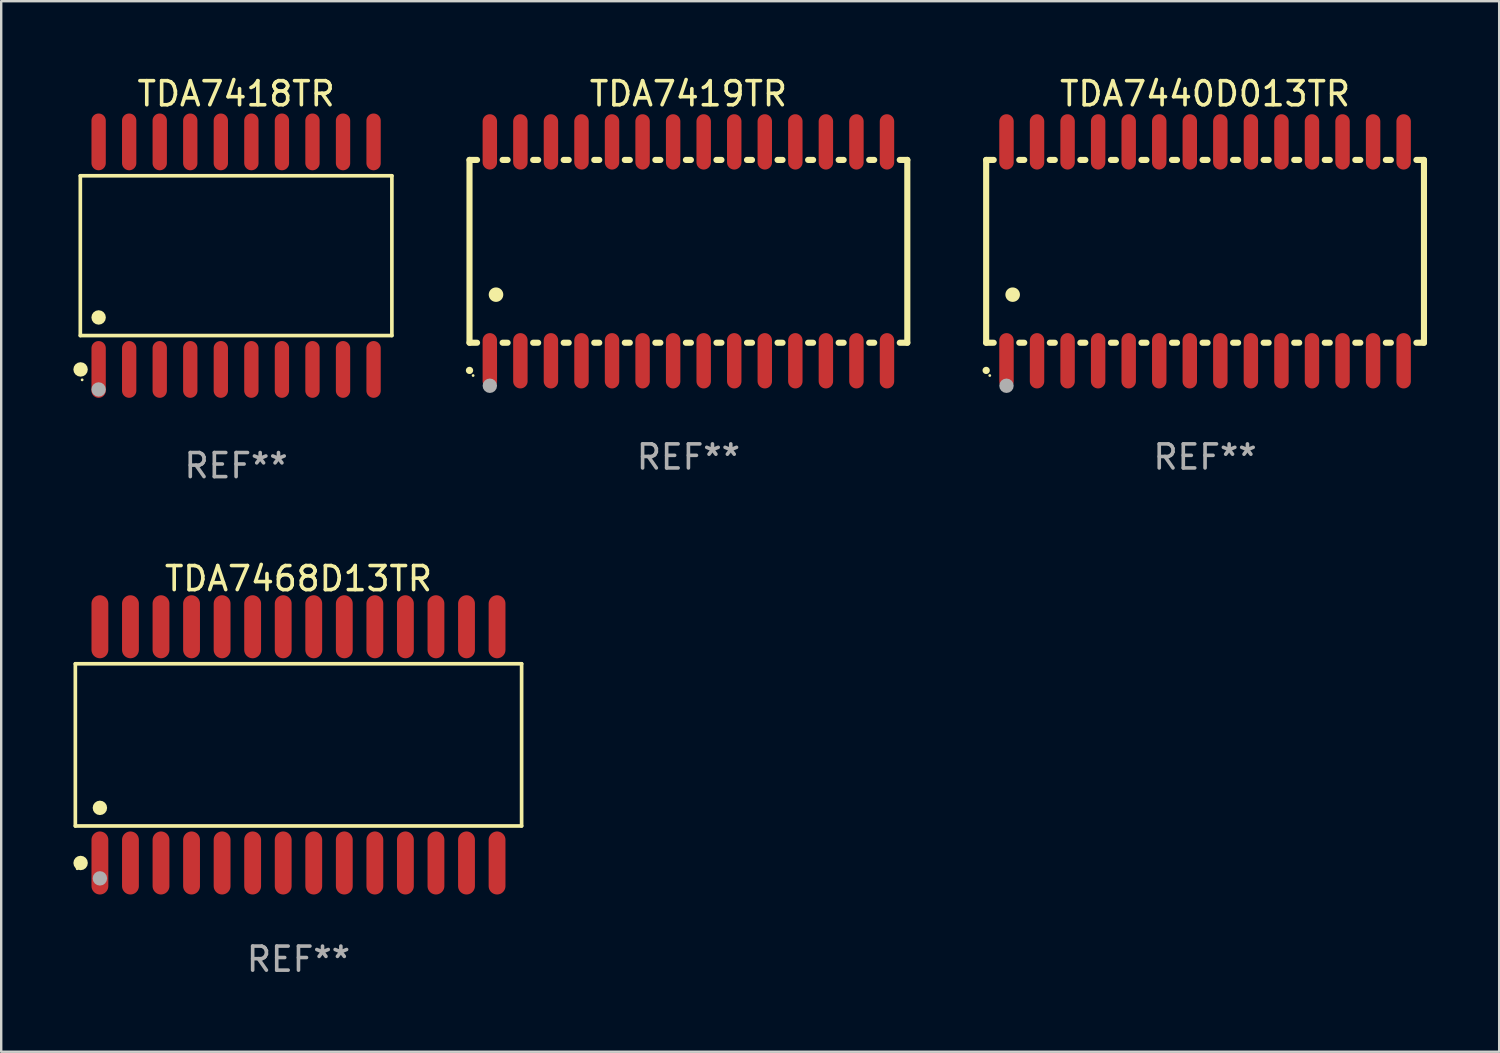
<source format=kicad_pcb>
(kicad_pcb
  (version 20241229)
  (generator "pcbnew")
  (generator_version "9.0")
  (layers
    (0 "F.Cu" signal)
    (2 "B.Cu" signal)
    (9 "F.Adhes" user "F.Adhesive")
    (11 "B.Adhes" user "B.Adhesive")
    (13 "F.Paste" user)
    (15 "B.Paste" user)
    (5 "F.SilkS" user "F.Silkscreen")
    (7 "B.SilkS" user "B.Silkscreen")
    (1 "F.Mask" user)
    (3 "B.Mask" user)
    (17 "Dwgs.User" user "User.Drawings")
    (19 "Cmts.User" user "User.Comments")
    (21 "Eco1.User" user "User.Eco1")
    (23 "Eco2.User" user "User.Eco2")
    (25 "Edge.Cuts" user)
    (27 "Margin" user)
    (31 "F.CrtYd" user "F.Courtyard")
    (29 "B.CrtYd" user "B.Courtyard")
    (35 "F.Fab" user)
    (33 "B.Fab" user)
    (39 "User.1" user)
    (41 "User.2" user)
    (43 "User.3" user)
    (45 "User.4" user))
  (footprint "TDA7440D013TR"
    (layer "F.Cu")
    (at 47.046 7.398)
    (property "Reference" "TDA7440D013TR" (at 0 -6.55 0) (layer "F.SilkS") (effects (font (size 1 1) (thickness 0.15))))
    (attr through_hole)
    (fp_line (start -9.1 -3.8) (end -9.1 3.8) (stroke (width 0.254) (type solid)) (layer "F.SilkS"))
    (fp_line (start -9.1 -3.8) (end -8.786 -3.8) (stroke (width 0.254) (type solid)) (layer "F.SilkS"))
    (fp_line (start -9.1 3.8) (end -8.786 3.8) (stroke (width 0.254) (type solid)) (layer "F.SilkS"))
    (fp_line (start -7.724 -3.8) (end -7.516 -3.8) (stroke (width 0.254) (type solid)) (layer "F.SilkS"))
    (fp_line (start -7.724 3.8) (end -7.516 3.8) (stroke (width 0.254) (type solid)) (layer "F.SilkS"))
    (fp_line (start -6.454 -3.8) (end -6.246 -3.8) (stroke (width 0.254) (type solid)) (layer "F.SilkS"))
    (fp_line (start -6.454 3.8) (end -6.246 3.8) (stroke (width 0.254) (type solid)) (layer "F.SilkS"))
    (fp_line (start -5.184 -3.8) (end -4.976 -3.8) (stroke (width 0.254) (type solid)) (layer "F.SilkS"))
    (fp_line (start -5.184 3.8) (end -4.976 3.8) (stroke (width 0.254) (type solid)) (layer "F.SilkS"))
    (fp_line (start -3.914 -3.8) (end -3.706 -3.8) (stroke (width 0.254) (type solid)) (layer "F.SilkS"))
    (fp_line (start -3.914 3.8) (end -3.706 3.8) (stroke (width 0.254) (type solid)) (layer "F.SilkS"))
    (fp_line (start -2.644 -3.8) (end -2.436 -3.8) (stroke (width 0.254) (type solid)) (layer "F.SilkS"))
    (fp_line (start -2.644 3.8) (end -2.436 3.8) (stroke (width 0.254) (type solid)) (layer "F.SilkS"))
    (fp_line (start -1.374 -3.8) (end -1.166 -3.8) (stroke (width 0.254) (type solid)) (layer "F.SilkS"))
    (fp_line (start -1.374 3.8) (end -1.166 3.8) (stroke (width 0.254) (type solid)) (layer "F.SilkS"))
    (fp_line (start -0.104 -3.8) (end 0.104 -3.8) (stroke (width 0.254) (type solid)) (layer "F.SilkS"))
    (fp_line (start -0.104 3.8) (end 0.104 3.8) (stroke (width 0.254) (type solid)) (layer "F.SilkS"))
    (fp_line (start 1.166 -3.8) (end 1.374 -3.8) (stroke (width 0.254) (type solid)) (layer "F.SilkS"))
    (fp_line (start 1.166 3.8) (end 1.374 3.8) (stroke (width 0.254) (type solid)) (layer "F.SilkS"))
    (fp_line (start 2.436 -3.8) (end 2.644 -3.8) (stroke (width 0.254) (type solid)) (layer "F.SilkS"))
    (fp_line (start 2.436 3.8) (end 2.644 3.8) (stroke (width 0.254) (type solid)) (layer "F.SilkS"))
    (fp_line (start 3.706 -3.8) (end 3.914 -3.8) (stroke (width 0.254) (type solid)) (layer "F.SilkS"))
    (fp_line (start 3.706 3.8) (end 3.914 3.8) (stroke (width 0.254) (type solid)) (layer "F.SilkS"))
    (fp_line (start 4.976 -3.8) (end 5.184 -3.8) (stroke (width 0.254) (type solid)) (layer "F.SilkS"))
    (fp_line (start 4.976 3.8) (end 5.184 3.8) (stroke (width 0.254) (type solid)) (layer "F.SilkS"))
    (fp_line (start 6.246 -3.8) (end 6.454 -3.8) (stroke (width 0.254) (type solid)) (layer "F.SilkS"))
    (fp_line (start 6.246 3.8) (end 6.454 3.8) (stroke (width 0.254) (type solid)) (layer "F.SilkS"))
    (fp_line (start 7.516 -3.8) (end 7.724 -3.8) (stroke (width 0.254) (type solid)) (layer "F.SilkS"))
    (fp_line (start 7.516 3.8) (end 7.724 3.8) (stroke (width 0.254) (type solid)) (layer "F.SilkS"))
    (fp_line (start 8.786 -3.8) (end 9.1 -3.8) (stroke (width 0.254) (type solid)) (layer "F.SilkS"))
    (fp_line (start 8.786 3.8) (end 9.1 3.8) (stroke (width 0.254) (type solid)) (layer "F.SilkS"))
    (fp_line (start 9.1 -3.8) (end 9.1 3.8) (stroke (width 0.254) (type solid)) (layer "F.SilkS"))
    (fp_arc (start -9.100864 4.95047) (mid -9.099594 4.950465) (end -9.098324 4.95047) (stroke (width 0.3) (type solid)) (layer "F.SilkS"))
    (fp_arc (start -8.001041 1.800864) (mid -7.998501 1.800853) (end -7.995961 1.800864) (stroke (width 0.6) (type solid)) (layer "F.SilkS"))
    (fp_circle (center -8.95 5.163) (end -8.92 5.163) (stroke (width 0.06) (type solid)) (fill no) (layer "F.SilkS"))
    (fp_circle (center -8.255 5.588) (end -8.105 5.588) (stroke (width 0.3) (type solid)) (fill no) (layer "F.Fab"))
    (fp_text user "REF**" (at 0 8.55 0) (layer "F.Fab") (effects (font (size 1 1) (thickness 0.15))))
    (pad "1" smd oval (at -8.255 4.55 180) (size 0.6 2.3) (layers "F.Cu" "F.Mask" "F.Paste"))
    (pad "2" smd oval (at -6.985 4.55 180) (size 0.6 2.3) (layers "F.Cu" "F.Mask" "F.Paste"))
    (pad "3" smd oval (at -5.715 4.55 180) (size 0.6 2.3) (layers "F.Cu" "F.Mask" "F.Paste"))
    (pad "4" smd oval (at -4.445 4.55 180) (size 0.6 2.3) (layers "F.Cu" "F.Mask" "F.Paste"))
    (pad "5" smd oval (at -3.175 4.55 180) (size 0.6 2.3) (layers "F.Cu" "F.Mask" "F.Paste"))
    (pad "6" smd oval (at -1.905 4.55 180) (size 0.6 2.3) (layers "F.Cu" "F.Mask" "F.Paste"))
    (pad "7" smd oval (at -0.635 4.55 180) (size 0.6 2.3) (layers "F.Cu" "F.Mask" "F.Paste"))
    (pad "8" smd oval (at 0.635 4.55 180) (size 0.6 2.3) (layers "F.Cu" "F.Mask" "F.Paste"))
    (pad "9" smd oval (at 1.905 4.55 180) (size 0.6 2.3) (layers "F.Cu" "F.Mask" "F.Paste"))
    (pad "10" smd oval (at 3.175 4.55 180) (size 0.6 2.3) (layers "F.Cu" "F.Mask" "F.Paste"))
    (pad "11" smd oval (at 4.445 4.55 180) (size 0.6 2.3) (layers "F.Cu" "F.Mask" "F.Paste"))
    (pad "12" smd oval (at 5.715 4.55 180) (size 0.6 2.3) (layers "F.Cu" "F.Mask" "F.Paste"))
    (pad "13" smd oval (at 6.985 4.55 180) (size 0.6 2.3) (layers "F.Cu" "F.Mask" "F.Paste"))
    (pad "14" smd oval (at 8.255 4.55 180) (size 0.6 2.3) (layers "F.Cu" "F.Mask" "F.Paste"))
    (pad "15" smd oval (at 8.255 -4.55 180) (size 0.6 2.3) (layers "F.Cu" "F.Mask" "F.Paste"))
    (pad "16" smd oval (at 6.985 -4.55 180) (size 0.6 2.3) (layers "F.Cu" "F.Mask" "F.Paste"))
    (pad "17" smd oval (at 5.715 -4.55 180) (size 0.6 2.3) (layers "F.Cu" "F.Mask" "F.Paste"))
    (pad "18" smd oval (at 4.445 -4.55 180) (size 0.6 2.3) (layers "F.Cu" "F.Mask" "F.Paste"))
    (pad "19" smd oval (at 3.175 -4.55 180) (size 0.6 2.3) (layers "F.Cu" "F.Mask" "F.Paste"))
    (pad "20" smd oval (at 1.905 -4.55 180) (size 0.6 2.3) (layers "F.Cu" "F.Mask" "F.Paste"))
    (pad "21" smd oval (at 0.635 -4.55 180) (size 0.6 2.3) (layers "F.Cu" "F.Mask" "F.Paste"))
    (pad "22" smd oval (at -0.635 -4.55 180) (size 0.6 2.3) (layers "F.Cu" "F.Mask" "F.Paste"))
    (pad "23" smd oval (at -1.905 -4.55 180) (size 0.6 2.3) (layers "F.Cu" "F.Mask" "F.Paste"))
    (pad "24" smd oval (at -3.175 -4.55 180) (size 0.6 2.3) (layers "F.Cu" "F.Mask" "F.Paste"))
    (pad "25" smd oval (at -4.445 -4.55 180) (size 0.6 2.3) (layers "F.Cu" "F.Mask" "F.Paste"))
    (pad "26" smd oval (at -5.715 -4.55 180) (size 0.6 2.3) (layers "F.Cu" "F.Mask" "F.Paste"))
    (pad "27" smd oval (at -6.985 -4.55 180) (size 0.6 2.3) (layers "F.Cu" "F.Mask" "F.Paste"))
    (pad "28" smd oval (at -8.255 -4.55 180) (size 0.6 2.3) (layers "F.Cu" "F.Mask" "F.Paste")))
  (footprint "TDA7419TR"
    (layer "F.Cu")
    (at 25.568 7.398)
    (property "Reference" "TDA7419TR" (at 0 -6.55 0) (layer "F.SilkS") (effects (font (size 1 1) (thickness 0.15))))
    (attr through_hole)
    (fp_line (start -9.1 -3.8) (end -9.1 3.8) (stroke (width 0.254) (type solid)) (layer "F.SilkS"))
    (fp_line (start -9.1 -3.8) (end -8.786 -3.8) (stroke (width 0.254) (type solid)) (layer "F.SilkS"))
    (fp_line (start -9.1 3.8) (end -8.786 3.8) (stroke (width 0.254) (type solid)) (layer "F.SilkS"))
    (fp_line (start -7.724 -3.8) (end -7.516 -3.8) (stroke (width 0.254) (type solid)) (layer "F.SilkS"))
    (fp_line (start -7.724 3.8) (end -7.516 3.8) (stroke (width 0.254) (type solid)) (layer "F.SilkS"))
    (fp_line (start -6.454 -3.8) (end -6.246 -3.8) (stroke (width 0.254) (type solid)) (layer "F.SilkS"))
    (fp_line (start -6.454 3.8) (end -6.246 3.8) (stroke (width 0.254) (type solid)) (layer "F.SilkS"))
    (fp_line (start -5.184 -3.8) (end -4.976 -3.8) (stroke (width 0.254) (type solid)) (layer "F.SilkS"))
    (fp_line (start -5.184 3.8) (end -4.976 3.8) (stroke (width 0.254) (type solid)) (layer "F.SilkS"))
    (fp_line (start -3.914 -3.8) (end -3.706 -3.8) (stroke (width 0.254) (type solid)) (layer "F.SilkS"))
    (fp_line (start -3.914 3.8) (end -3.706 3.8) (stroke (width 0.254) (type solid)) (layer "F.SilkS"))
    (fp_line (start -2.644 -3.8) (end -2.436 -3.8) (stroke (width 0.254) (type solid)) (layer "F.SilkS"))
    (fp_line (start -2.644 3.8) (end -2.436 3.8) (stroke (width 0.254) (type solid)) (layer "F.SilkS"))
    (fp_line (start -1.374 -3.8) (end -1.166 -3.8) (stroke (width 0.254) (type solid)) (layer "F.SilkS"))
    (fp_line (start -1.374 3.8) (end -1.166 3.8) (stroke (width 0.254) (type solid)) (layer "F.SilkS"))
    (fp_line (start -0.104 -3.8) (end 0.104 -3.8) (stroke (width 0.254) (type solid)) (layer "F.SilkS"))
    (fp_line (start -0.104 3.8) (end 0.104 3.8) (stroke (width 0.254) (type solid)) (layer "F.SilkS"))
    (fp_line (start 1.166 -3.8) (end 1.374 -3.8) (stroke (width 0.254) (type solid)) (layer "F.SilkS"))
    (fp_line (start 1.166 3.8) (end 1.374 3.8) (stroke (width 0.254) (type solid)) (layer "F.SilkS"))
    (fp_line (start 2.436 -3.8) (end 2.644 -3.8) (stroke (width 0.254) (type solid)) (layer "F.SilkS"))
    (fp_line (start 2.436 3.8) (end 2.644 3.8) (stroke (width 0.254) (type solid)) (layer "F.SilkS"))
    (fp_line (start 3.706 -3.8) (end 3.914 -3.8) (stroke (width 0.254) (type solid)) (layer "F.SilkS"))
    (fp_line (start 3.706 3.8) (end 3.914 3.8) (stroke (width 0.254) (type solid)) (layer "F.SilkS"))
    (fp_line (start 4.976 -3.8) (end 5.184 -3.8) (stroke (width 0.254) (type solid)) (layer "F.SilkS"))
    (fp_line (start 4.976 3.8) (end 5.184 3.8) (stroke (width 0.254) (type solid)) (layer "F.SilkS"))
    (fp_line (start 6.246 -3.8) (end 6.454 -3.8) (stroke (width 0.254) (type solid)) (layer "F.SilkS"))
    (fp_line (start 6.246 3.8) (end 6.454 3.8) (stroke (width 0.254) (type solid)) (layer "F.SilkS"))
    (fp_line (start 7.516 -3.8) (end 7.724 -3.8) (stroke (width 0.254) (type solid)) (layer "F.SilkS"))
    (fp_line (start 7.516 3.8) (end 7.724 3.8) (stroke (width 0.254) (type solid)) (layer "F.SilkS"))
    (fp_line (start 8.786 -3.8) (end 9.1 -3.8) (stroke (width 0.254) (type solid)) (layer "F.SilkS"))
    (fp_line (start 8.786 3.8) (end 9.1 3.8) (stroke (width 0.254) (type solid)) (layer "F.SilkS"))
    (fp_line (start 9.1 -3.8) (end 9.1 3.8) (stroke (width 0.254) (type solid)) (layer "F.SilkS"))
    (fp_arc (start -9.100864 4.95047) (mid -9.099594 4.950465) (end -9.098324 4.95047) (stroke (width 0.3) (type solid)) (layer "F.SilkS"))
    (fp_arc (start -8.001041 1.800864) (mid -7.998501 1.800853) (end -7.995961 1.800864) (stroke (width 0.6) (type solid)) (layer "F.SilkS"))
    (fp_circle (center -8.95 5.163) (end -8.92 5.163) (stroke (width 0.06) (type solid)) (fill no) (layer "F.SilkS"))
    (fp_circle (center -8.255 5.588) (end -8.105 5.588) (stroke (width 0.3) (type solid)) (fill no) (layer "F.Fab"))
    (fp_text user "REF**" (at 0 8.55 0) (layer "F.Fab") (effects (font (size 1 1) (thickness 0.15))))
    (pad "1" smd oval (at -8.255 4.55 180) (size 0.6 2.3) (layers "F.Cu" "F.Mask" "F.Paste"))
    (pad "2" smd oval (at -6.985 4.55 180) (size 0.6 2.3) (layers "F.Cu" "F.Mask" "F.Paste"))
    (pad "3" smd oval (at -5.715 4.55 180) (size 0.6 2.3) (layers "F.Cu" "F.Mask" "F.Paste"))
    (pad "4" smd oval (at -4.445 4.55 180) (size 0.6 2.3) (layers "F.Cu" "F.Mask" "F.Paste"))
    (pad "5" smd oval (at -3.175 4.55 180) (size 0.6 2.3) (layers "F.Cu" "F.Mask" "F.Paste"))
    (pad "6" smd oval (at -1.905 4.55 180) (size 0.6 2.3) (layers "F.Cu" "F.Mask" "F.Paste"))
    (pad "7" smd oval (at -0.635 4.55 180) (size 0.6 2.3) (layers "F.Cu" "F.Mask" "F.Paste"))
    (pad "8" smd oval (at 0.635 4.55 180) (size 0.6 2.3) (layers "F.Cu" "F.Mask" "F.Paste"))
    (pad "9" smd oval (at 1.905 4.55 180) (size 0.6 2.3) (layers "F.Cu" "F.Mask" "F.Paste"))
    (pad "10" smd oval (at 3.175 4.55 180) (size 0.6 2.3) (layers "F.Cu" "F.Mask" "F.Paste"))
    (pad "11" smd oval (at 4.445 4.55 180) (size 0.6 2.3) (layers "F.Cu" "F.Mask" "F.Paste"))
    (pad "12" smd oval (at 5.715 4.55 180) (size 0.6 2.3) (layers "F.Cu" "F.Mask" "F.Paste"))
    (pad "13" smd oval (at 6.985 4.55 180) (size 0.6 2.3) (layers "F.Cu" "F.Mask" "F.Paste"))
    (pad "14" smd oval (at 8.255 4.55 180) (size 0.6 2.3) (layers "F.Cu" "F.Mask" "F.Paste"))
    (pad "15" smd oval (at 8.255 -4.55 180) (size 0.6 2.3) (layers "F.Cu" "F.Mask" "F.Paste"))
    (pad "16" smd oval (at 6.985 -4.55 180) (size 0.6 2.3) (layers "F.Cu" "F.Mask" "F.Paste"))
    (pad "17" smd oval (at 5.715 -4.55 180) (size 0.6 2.3) (layers "F.Cu" "F.Mask" "F.Paste"))
    (pad "18" smd oval (at 4.445 -4.55 180) (size 0.6 2.3) (layers "F.Cu" "F.Mask" "F.Paste"))
    (pad "19" smd oval (at 3.175 -4.55 180) (size 0.6 2.3) (layers "F.Cu" "F.Mask" "F.Paste"))
    (pad "20" smd oval (at 1.905 -4.55 180) (size 0.6 2.3) (layers "F.Cu" "F.Mask" "F.Paste"))
    (pad "21" smd oval (at 0.635 -4.55 180) (size 0.6 2.3) (layers "F.Cu" "F.Mask" "F.Paste"))
    (pad "22" smd oval (at -0.635 -4.55 180) (size 0.6 2.3) (layers "F.Cu" "F.Mask" "F.Paste"))
    (pad "23" smd oval (at -1.905 -4.55 180) (size 0.6 2.3) (layers "F.Cu" "F.Mask" "F.Paste"))
    (pad "24" smd oval (at -3.175 -4.55 180) (size 0.6 2.3) (layers "F.Cu" "F.Mask" "F.Paste"))
    (pad "25" smd oval (at -4.445 -4.55 180) (size 0.6 2.3) (layers "F.Cu" "F.Mask" "F.Paste"))
    (pad "26" smd oval (at -5.715 -4.55 180) (size 0.6 2.3) (layers "F.Cu" "F.Mask" "F.Paste"))
    (pad "27" smd oval (at -6.985 -4.55 180) (size 0.6 2.3) (layers "F.Cu" "F.Mask" "F.Paste"))
    (pad "28" smd oval (at -8.255 -4.55 180) (size 0.6 2.3) (layers "F.Cu" "F.Mask" "F.Paste")))
  (footprint "TDA7418TR"
    (layer "F.Cu")
    (at 6.765 7.578)
    (property "Reference" "TDA7418TR" (at 0 -6.73 0) (layer "F.SilkS") (effects (font (size 1 1) (thickness 0.15))))
    (attr through_hole)
    (fp_line (start -6.476 -3.321) (end 6.476 -3.321) (stroke (width 0.152) (type solid)) (layer "F.SilkS"))
    (fp_line (start -6.476 3.321) (end -6.476 -3.321) (stroke (width 0.152) (type solid)) (layer "F.SilkS"))
    (fp_line (start 6.476 -3.321) (end 6.476 3.321) (stroke (width 0.152) (type solid)) (layer "F.SilkS"))
    (fp_line (start 6.476 3.321) (end -6.476 3.321) (stroke (width 0.152) (type solid)) (layer "F.SilkS"))
    (fp_circle (center -6.465 4.73) (end -6.315 4.73) (stroke (width 0.3) (type solid)) (fill no) (layer "F.SilkS"))
    (fp_circle (center -6.4 5.163) (end -6.37 5.163) (stroke (width 0.06) (type solid)) (fill no) (layer "F.SilkS"))
    (fp_circle (center -5.715 2.569) (end -5.565 2.569) (stroke (width 0.3) (type solid)) (fill no) (layer "F.SilkS"))
    (fp_circle (center -5.715 5.563) (end -5.565 5.563) (stroke (width 0.3) (type solid)) (fill no) (layer "F.Fab"))
    (fp_text user "REF**" (at 0 8.73 0) (layer "F.Fab") (effects (font (size 1 1) (thickness 0.15))))
    (pad "1" smd oval (at -5.715 4.73) (size 0.595 2.36) (layers "F.Cu" "F.Mask" "F.Paste"))
    (pad "2" smd oval (at -4.445 4.73) (size 0.595 2.36) (layers "F.Cu" "F.Mask" "F.Paste"))
    (pad "3" smd oval (at -3.175 4.73) (size 0.595 2.36) (layers "F.Cu" "F.Mask" "F.Paste"))
    (pad "4" smd oval (at -1.905 4.73) (size 0.595 2.36) (layers "F.Cu" "F.Mask" "F.Paste"))
    (pad "5" smd oval (at -0.635 4.73) (size 0.595 2.36) (layers "F.Cu" "F.Mask" "F.Paste"))
    (pad "6" smd oval (at 0.635 4.73) (size 0.595 2.36) (layers "F.Cu" "F.Mask" "F.Paste"))
    (pad "7" smd oval (at 1.905 4.73) (size 0.595 2.36) (layers "F.Cu" "F.Mask" "F.Paste"))
    (pad "8" smd oval (at 3.175 4.73) (size 0.595 2.36) (layers "F.Cu" "F.Mask" "F.Paste"))
    (pad "9" smd oval (at 4.445 4.73) (size 0.595 2.36) (layers "F.Cu" "F.Mask" "F.Paste"))
    (pad "10" smd oval (at 5.715 4.73) (size 0.595 2.36) (layers "F.Cu" "F.Mask" "F.Paste"))
    (pad "11" smd oval (at 5.715 -4.73) (size 0.595 2.36) (layers "F.Cu" "F.Mask" "F.Paste"))
    (pad "12" smd oval (at 4.445 -4.73) (size 0.595 2.36) (layers "F.Cu" "F.Mask" "F.Paste"))
    (pad "13" smd oval (at 3.175 -4.73) (size 0.595 2.36) (layers "F.Cu" "F.Mask" "F.Paste"))
    (pad "14" smd oval (at 1.905 -4.73) (size 0.595 2.36) (layers "F.Cu" "F.Mask" "F.Paste"))
    (pad "15" smd oval (at 0.635 -4.73) (size 0.595 2.36) (layers "F.Cu" "F.Mask" "F.Paste"))
    (pad "16" smd oval (at -0.635 -4.73) (size 0.595 2.36) (layers "F.Cu" "F.Mask" "F.Paste"))
    (pad "17" smd oval (at -1.905 -4.73) (size 0.595 2.36) (layers "F.Cu" "F.Mask" "F.Paste"))
    (pad "18" smd oval (at -3.175 -4.73) (size 0.595 2.36) (layers "F.Cu" "F.Mask" "F.Paste"))
    (pad "19" smd oval (at -4.445 -4.73) (size 0.595 2.36) (layers "F.Cu" "F.Mask" "F.Paste"))
    (pad "20" smd oval (at -5.715 -4.73) (size 0.595 2.36) (layers "F.Cu" "F.Mask" "F.Paste")))
  (footprint "TDA7468D13TR"
    (layer "F.Cu")
    (at 9.358 27.915)
    (property "Reference" "TDA7468D13TR" (at 0 -6.91 0) (layer "F.SilkS") (effects (font (size 1 1) (thickness 0.15))))
    (attr through_hole)
    (fp_line (start -9.276 -3.371) (end 9.276 -3.371) (stroke (width 0.152) (type solid)) (layer "F.SilkS"))
    (fp_line (start -9.276 3.371) (end -9.276 -3.371) (stroke (width 0.152) (type solid)) (layer "F.SilkS"))
    (fp_line (start 9.276 -3.371) (end 9.276 3.371) (stroke (width 0.152) (type solid)) (layer "F.SilkS"))
    (fp_line (start 9.276 3.371) (end -9.276 3.371) (stroke (width 0.152) (type solid)) (layer "F.SilkS"))
    (fp_circle (center -9.2 5.15) (end -9.17 5.15) (stroke (width 0.06) (type solid)) (fill no) (layer "F.SilkS"))
    (fp_circle (center -9.057 4.91) (end -8.907 4.91) (stroke (width 0.3) (type solid)) (fill no) (layer "F.SilkS"))
    (fp_circle (center -8.255 2.619) (end -8.105 2.619) (stroke (width 0.3) (type solid)) (fill no) (layer "F.SilkS"))
    (fp_circle (center -8.255 5.55) (end -8.105 5.55) (stroke (width 0.3) (type solid)) (fill no) (layer "F.Fab"))
    (fp_text user "REF**" (at 0 8.91 0) (layer "F.Fab") (effects (font (size 1 1) (thickness 0.15))))
    (pad "1" smd oval (at -8.255 4.91) (size 0.7 2.62) (layers "F.Cu" "F.Mask" "F.Paste"))
    (pad "2" smd oval (at -6.985 4.91) (size 0.7 2.62) (layers "F.Cu" "F.Mask" "F.Paste"))
    (pad "3" smd oval (at -5.715 4.91) (size 0.7 2.62) (layers "F.Cu" "F.Mask" "F.Paste"))
    (pad "4" smd oval (at -4.445 4.91) (size 0.7 2.62) (layers "F.Cu" "F.Mask" "F.Paste"))
    (pad "5" smd oval (at -3.175 4.91) (size 0.7 2.62) (layers "F.Cu" "F.Mask" "F.Paste"))
    (pad "6" smd oval (at -1.905 4.91) (size 0.7 2.62) (layers "F.Cu" "F.Mask" "F.Paste"))
    (pad "7" smd oval (at -0.635 4.91) (size 0.7 2.62) (layers "F.Cu" "F.Mask" "F.Paste"))
    (pad "8" smd oval (at 0.635 4.91) (size 0.7 2.62) (layers "F.Cu" "F.Mask" "F.Paste"))
    (pad "9" smd oval (at 1.905 4.91) (size 0.7 2.62) (layers "F.Cu" "F.Mask" "F.Paste"))
    (pad "10" smd oval (at 3.175 4.91) (size 0.7 2.62) (layers "F.Cu" "F.Mask" "F.Paste"))
    (pad "11" smd oval (at 4.445 4.91) (size 0.7 2.62) (layers "F.Cu" "F.Mask" "F.Paste"))
    (pad "12" smd oval (at 5.715 4.91) (size 0.7 2.62) (layers "F.Cu" "F.Mask" "F.Paste"))
    (pad "13" smd oval (at 6.985 4.91) (size 0.7 2.62) (layers "F.Cu" "F.Mask" "F.Paste"))
    (pad "14" smd oval (at 8.255 4.91) (size 0.7 2.62) (layers "F.Cu" "F.Mask" "F.Paste"))
    (pad "15" smd oval (at 8.255 -4.91) (size 0.7 2.62) (layers "F.Cu" "F.Mask" "F.Paste"))
    (pad "16" smd oval (at 6.985 -4.91) (size 0.7 2.62) (layers "F.Cu" "F.Mask" "F.Paste"))
    (pad "17" smd oval (at 5.715 -4.91) (size 0.7 2.62) (layers "F.Cu" "F.Mask" "F.Paste"))
    (pad "18" smd oval (at 4.445 -4.91) (size 0.7 2.62) (layers "F.Cu" "F.Mask" "F.Paste"))
    (pad "19" smd oval (at 3.175 -4.91) (size 0.7 2.62) (layers "F.Cu" "F.Mask" "F.Paste"))
    (pad "20" smd oval (at 1.905 -4.91) (size 0.7 2.62) (layers "F.Cu" "F.Mask" "F.Paste"))
    (pad "21" smd oval (at 0.635 -4.91) (size 0.7 2.62) (layers "F.Cu" "F.Mask" "F.Paste"))
    (pad "22" smd oval (at -0.635 -4.91) (size 0.7 2.62) (layers "F.Cu" "F.Mask" "F.Paste"))
    (pad "23" smd oval (at -1.905 -4.91) (size 0.7 2.62) (layers "F.Cu" "F.Mask" "F.Paste"))
    (pad "24" smd oval (at -3.175 -4.91) (size 0.7 2.62) (layers "F.Cu" "F.Mask" "F.Paste"))
    (pad "25" smd oval (at -4.445 -4.91) (size 0.7 2.62) (layers "F.Cu" "F.Mask" "F.Paste"))
    (pad "26" smd oval (at -5.715 -4.91) (size 0.7 2.62) (layers "F.Cu" "F.Mask" "F.Paste"))
    (pad "27" smd oval (at -6.985 -4.91) (size 0.7 2.62) (layers "F.Cu" "F.Mask" "F.Paste"))
    (pad "28" smd oval (at -8.255 -4.91) (size 0.7 2.62) (layers "F.Cu" "F.Mask" "F.Paste")))
  (gr_rect
    (start -3 -3)
    (end 59.273 40.673)
    (stroke (width 0.1) (type default))
    (fill no)
    (layer "Edge.Cuts")))
</source>
